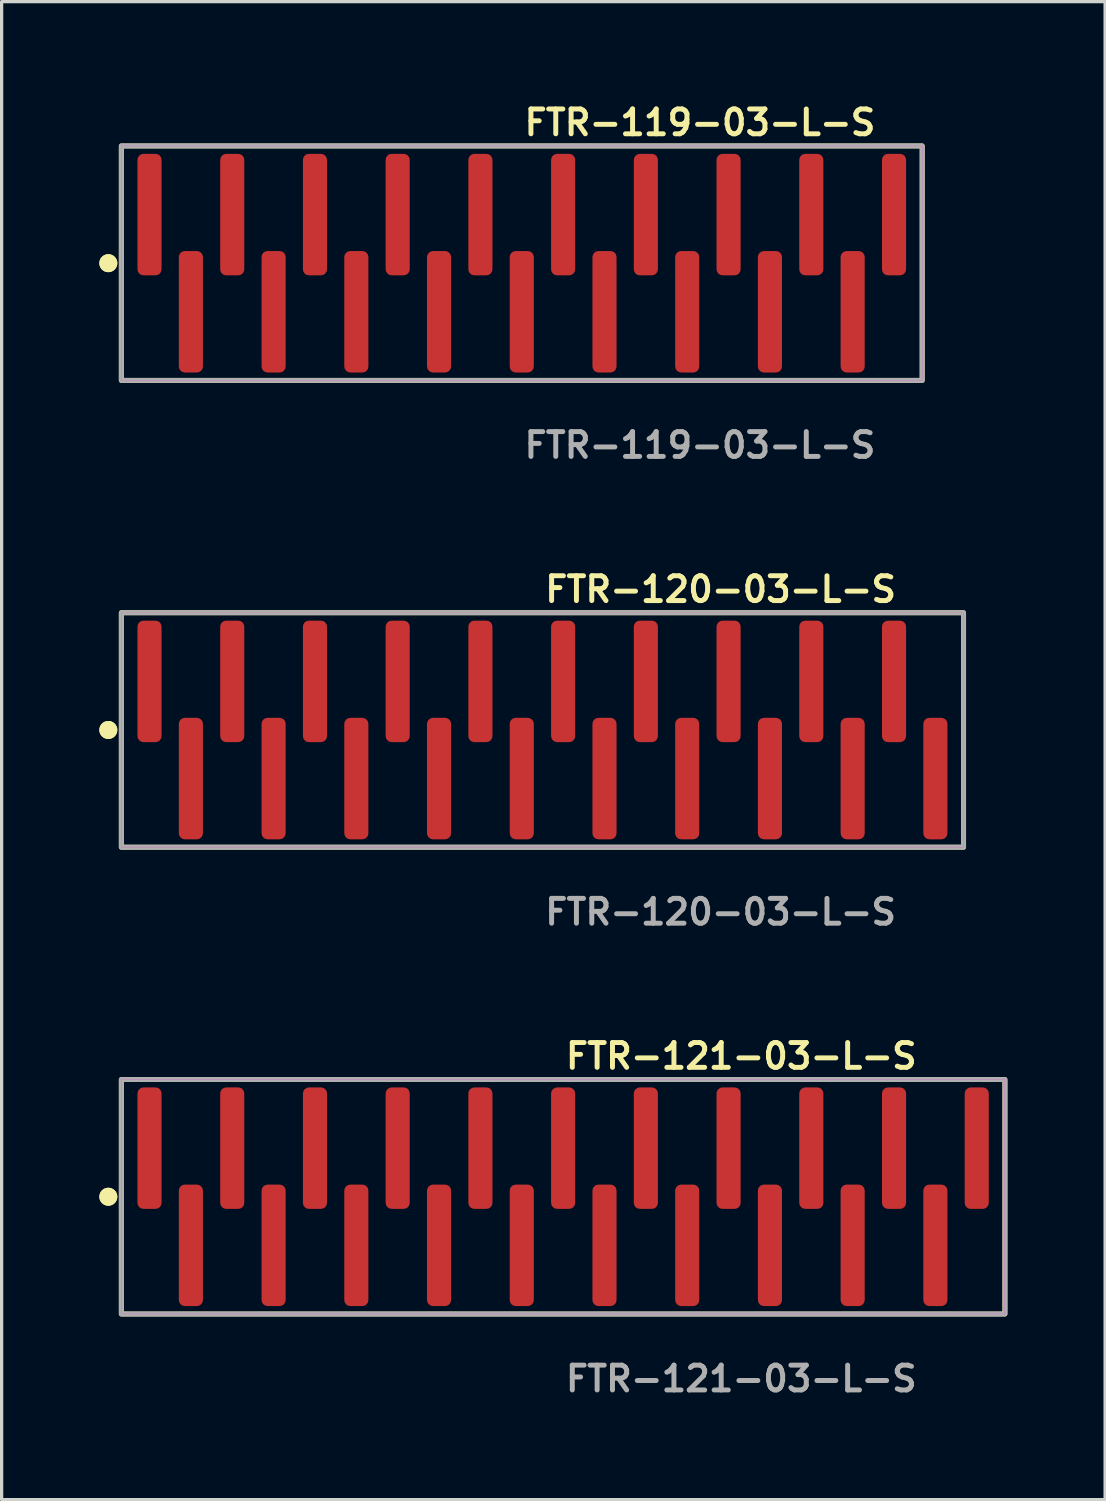
<source format=kicad_pcb>
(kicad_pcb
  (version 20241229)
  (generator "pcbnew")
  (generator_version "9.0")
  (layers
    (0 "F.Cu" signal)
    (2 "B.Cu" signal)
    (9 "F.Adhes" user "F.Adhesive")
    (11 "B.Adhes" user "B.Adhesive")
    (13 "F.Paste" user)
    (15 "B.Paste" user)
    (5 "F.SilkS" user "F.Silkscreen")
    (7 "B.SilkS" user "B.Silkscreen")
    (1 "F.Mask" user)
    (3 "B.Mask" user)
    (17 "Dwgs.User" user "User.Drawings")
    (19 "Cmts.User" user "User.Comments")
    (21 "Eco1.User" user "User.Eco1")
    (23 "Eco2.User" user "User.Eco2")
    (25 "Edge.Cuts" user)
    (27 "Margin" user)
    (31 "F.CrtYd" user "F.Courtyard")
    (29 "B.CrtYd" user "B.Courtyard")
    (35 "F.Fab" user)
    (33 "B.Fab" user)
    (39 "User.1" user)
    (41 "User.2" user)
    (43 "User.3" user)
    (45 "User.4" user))
  (footprint "FTR-121-03-L-S"
    (layer "F.Cu")
    (at 14.241 33.696)
    (property "Reference" "FTR-121-03-L-S" (at 0 -4.318 0) (unlocked yes) (layer "F.SilkS") (effects (font (size 0.762 0.762) (thickness 0.152)) (justify left)))
    (fp_rect (start -13.565 3.6) (end 13.565 -3.6) (stroke (width 0.152) (type solid)) (fill no) (layer "F.SilkS"))
    (fp_circle (center -13.965 0) (end -14.165 0) (stroke (width 0.152) (type solid)) (fill yes) (layer "F.SilkS"))
    (fp_circle (center -13.965 0) (end -14.165 0) (stroke (width 0.152) (type solid)) (fill yes) (layer "F.SilkS"))
    (fp_rect (start -13.565 3.6) (end 13.565 -3.6) (stroke (width 0.006) (type solid)) (fill no) (layer "F.CrtYd"))
    (fp_rect (start -13.565 3.6) (end 13.565 -3.6) (stroke (width 0.152) (type solid)) (fill no) (layer "F.Fab"))
    (fp_text user "${REFERENCE}" (at 0 5.588 0) (unlocked yes) (layer "F.Fab") (effects (font (size 0.762 0.762) (thickness 0.152)) (justify left)))
    (pad "1" smd roundrect (at -12.7 -1.492) (size 0.74 3.73) (layers "F.Cu" "F.Paste") (roundrect_rratio 0.25))
    (pad "2" smd roundrect (at -11.43 1.492) (size 0.74 3.73) (layers "F.Cu" "F.Paste") (roundrect_rratio 0.25))
    (pad "3" smd roundrect (at -10.16 -1.492) (size 0.74 3.73) (layers "F.Cu" "F.Paste") (roundrect_rratio 0.25))
    (pad "4" smd roundrect (at -8.89 1.492) (size 0.74 3.73) (layers "F.Cu" "F.Paste") (roundrect_rratio 0.25))
    (pad "5" smd roundrect (at -7.62 -1.492) (size 0.74 3.73) (layers "F.Cu" "F.Paste") (roundrect_rratio 0.25))
    (pad "6" smd roundrect (at -6.35 1.492) (size 0.74 3.73) (layers "F.Cu" "F.Paste") (roundrect_rratio 0.25))
    (pad "7" smd roundrect (at -5.08 -1.492) (size 0.74 3.73) (layers "F.Cu" "F.Paste") (roundrect_rratio 0.25))
    (pad "8" smd roundrect (at -3.81 1.492) (size 0.74 3.73) (layers "F.Cu" "F.Paste") (roundrect_rratio 0.25))
    (pad "9" smd roundrect (at -2.54 -1.492) (size 0.74 3.73) (layers "F.Cu" "F.Paste") (roundrect_rratio 0.25))
    (pad "10" smd roundrect (at -1.27 1.492) (size 0.74 3.73) (layers "F.Cu" "F.Paste") (roundrect_rratio 0.25))
    (pad "11" smd roundrect (at 0 -1.492) (size 0.74 3.73) (layers "F.Cu" "F.Paste") (roundrect_rratio 0.25))
    (pad "12" smd roundrect (at 1.27 1.492) (size 0.74 3.73) (layers "F.Cu" "F.Paste") (roundrect_rratio 0.25))
    (pad "13" smd roundrect (at 2.54 -1.492) (size 0.74 3.73) (layers "F.Cu" "F.Paste") (roundrect_rratio 0.25))
    (pad "14" smd roundrect (at 3.81 1.492) (size 0.74 3.73) (layers "F.Cu" "F.Paste") (roundrect_rratio 0.25))
    (pad "15" smd roundrect (at 5.08 -1.492) (size 0.74 3.73) (layers "F.Cu" "F.Paste") (roundrect_rratio 0.25))
    (pad "16" smd roundrect (at 6.35 1.492) (size 0.74 3.73) (layers "F.Cu" "F.Paste") (roundrect_rratio 0.25))
    (pad "17" smd roundrect (at 7.62 -1.492) (size 0.74 3.73) (layers "F.Cu" "F.Paste") (roundrect_rratio 0.25))
    (pad "18" smd roundrect (at 8.89 1.492) (size 0.74 3.73) (layers "F.Cu" "F.Paste") (roundrect_rratio 0.25))
    (pad "19" smd roundrect (at 10.16 -1.492) (size 0.74 3.73) (layers "F.Cu" "F.Paste") (roundrect_rratio 0.25))
    (pad "20" smd roundrect (at 11.43 1.492) (size 0.74 3.73) (layers "F.Cu" "F.Paste") (roundrect_rratio 0.25))
    (pad "21" smd roundrect (at 12.7 -1.492) (size 0.74 3.73) (layers "F.Cu" "F.Paste") (roundrect_rratio 0.25)))
  (footprint "FTR-119-03-L-S"
    (layer "F.Cu")
    (at 12.971 5.031)
    (property "Reference" "FTR-119-03-L-S" (at 0 -4.318 0) (unlocked yes) (layer "F.SilkS") (effects (font (size 0.762 0.762) (thickness 0.152)) (justify left)))
    (fp_rect (start -12.295 3.6) (end 12.295 -3.6) (stroke (width 0.152) (type solid)) (fill no) (layer "F.SilkS"))
    (fp_circle (center -12.695 0) (end -12.895 0) (stroke (width 0.152) (type solid)) (fill yes) (layer "F.SilkS"))
    (fp_circle (center -12.695 0) (end -12.895 0) (stroke (width 0.152) (type solid)) (fill yes) (layer "F.SilkS"))
    (fp_rect (start -12.295 3.6) (end 12.295 -3.6) (stroke (width 0.006) (type solid)) (fill no) (layer "F.CrtYd"))
    (fp_rect (start -12.295 3.6) (end 12.295 -3.6) (stroke (width 0.152) (type solid)) (fill no) (layer "F.Fab"))
    (fp_text user "${REFERENCE}" (at 0 5.588 0) (unlocked yes) (layer "F.Fab") (effects (font (size 0.762 0.762) (thickness 0.152)) (justify left)))
    (pad "1" smd roundrect (at -11.43 -1.492) (size 0.74 3.73) (layers "F.Cu" "F.Paste") (roundrect_rratio 0.25))
    (pad "2" smd roundrect (at -10.16 1.492) (size 0.74 3.73) (layers "F.Cu" "F.Paste") (roundrect_rratio 0.25))
    (pad "3" smd roundrect (at -8.89 -1.492) (size 0.74 3.73) (layers "F.Cu" "F.Paste") (roundrect_rratio 0.25))
    (pad "4" smd roundrect (at -7.62 1.492) (size 0.74 3.73) (layers "F.Cu" "F.Paste") (roundrect_rratio 0.25))
    (pad "5" smd roundrect (at -6.35 -1.492) (size 0.74 3.73) (layers "F.Cu" "F.Paste") (roundrect_rratio 0.25))
    (pad "6" smd roundrect (at -5.08 1.492) (size 0.74 3.73) (layers "F.Cu" "F.Paste") (roundrect_rratio 0.25))
    (pad "7" smd roundrect (at -3.81 -1.492) (size 0.74 3.73) (layers "F.Cu" "F.Paste") (roundrect_rratio 0.25))
    (pad "8" smd roundrect (at -2.54 1.492) (size 0.74 3.73) (layers "F.Cu" "F.Paste") (roundrect_rratio 0.25))
    (pad "9" smd roundrect (at -1.27 -1.492) (size 0.74 3.73) (layers "F.Cu" "F.Paste") (roundrect_rratio 0.25))
    (pad "10" smd roundrect (at 0 1.492) (size 0.74 3.73) (layers "F.Cu" "F.Paste") (roundrect_rratio 0.25))
    (pad "11" smd roundrect (at 1.27 -1.492) (size 0.74 3.73) (layers "F.Cu" "F.Paste") (roundrect_rratio 0.25))
    (pad "12" smd roundrect (at 2.54 1.492) (size 0.74 3.73) (layers "F.Cu" "F.Paste") (roundrect_rratio 0.25))
    (pad "13" smd roundrect (at 3.81 -1.492) (size 0.74 3.73) (layers "F.Cu" "F.Paste") (roundrect_rratio 0.25))
    (pad "14" smd roundrect (at 5.08 1.492) (size 0.74 3.73) (layers "F.Cu" "F.Paste") (roundrect_rratio 0.25))
    (pad "15" smd roundrect (at 6.35 -1.492) (size 0.74 3.73) (layers "F.Cu" "F.Paste") (roundrect_rratio 0.25))
    (pad "16" smd roundrect (at 7.62 1.492) (size 0.74 3.73) (layers "F.Cu" "F.Paste") (roundrect_rratio 0.25))
    (pad "17" smd roundrect (at 8.89 -1.492) (size 0.74 3.73) (layers "F.Cu" "F.Paste") (roundrect_rratio 0.25))
    (pad "18" smd roundrect (at 10.16 1.492) (size 0.74 3.73) (layers "F.Cu" "F.Paste") (roundrect_rratio 0.25))
    (pad "19" smd roundrect (at 11.43 -1.492) (size 0.74 3.73) (layers "F.Cu" "F.Paste") (roundrect_rratio 0.25)))
  (footprint "FTR-120-03-L-S"
    (layer "F.Cu")
    (at 13.606 19.364)
    (property "Reference" "FTR-120-03-L-S" (at 0 -4.318 0) (unlocked yes) (layer "F.SilkS") (effects (font (size 0.762 0.762) (thickness 0.152)) (justify left)))
    (fp_rect (start -12.93 3.6) (end 12.93 -3.6) (stroke (width 0.152) (type solid)) (fill no) (layer "F.SilkS"))
    (fp_circle (center -13.33 0) (end -13.53 0) (stroke (width 0.152) (type solid)) (fill yes) (layer "F.SilkS"))
    (fp_circle (center -13.33 0) (end -13.53 0) (stroke (width 0.152) (type solid)) (fill yes) (layer "F.SilkS"))
    (fp_rect (start -12.93 3.6) (end 12.93 -3.6) (stroke (width 0.006) (type solid)) (fill no) (layer "F.CrtYd"))
    (fp_rect (start -12.93 3.6) (end 12.93 -3.6) (stroke (width 0.152) (type solid)) (fill no) (layer "F.Fab"))
    (fp_text user "${REFERENCE}" (at 0 5.588 0) (unlocked yes) (layer "F.Fab") (effects (font (size 0.762 0.762) (thickness 0.152)) (justify left)))
    (pad "1" smd roundrect (at -12.065 -1.492) (size 0.74 3.73) (layers "F.Cu" "F.Paste") (roundrect_rratio 0.25))
    (pad "2" smd roundrect (at -10.795 1.492) (size 0.74 3.73) (layers "F.Cu" "F.Paste") (roundrect_rratio 0.25))
    (pad "3" smd roundrect (at -9.525 -1.492) (size 0.74 3.73) (layers "F.Cu" "F.Paste") (roundrect_rratio 0.25))
    (pad "4" smd roundrect (at -8.255 1.492) (size 0.74 3.73) (layers "F.Cu" "F.Paste") (roundrect_rratio 0.25))
    (pad "5" smd roundrect (at -6.985 -1.492) (size 0.74 3.73) (layers "F.Cu" "F.Paste") (roundrect_rratio 0.25))
    (pad "6" smd roundrect (at -5.715 1.492) (size 0.74 3.73) (layers "F.Cu" "F.Paste") (roundrect_rratio 0.25))
    (pad "7" smd roundrect (at -4.445 -1.492) (size 0.74 3.73) (layers "F.Cu" "F.Paste") (roundrect_rratio 0.25))
    (pad "8" smd roundrect (at -3.175 1.492) (size 0.74 3.73) (layers "F.Cu" "F.Paste") (roundrect_rratio 0.25))
    (pad "9" smd roundrect (at -1.905 -1.492) (size 0.74 3.73) (layers "F.Cu" "F.Paste") (roundrect_rratio 0.25))
    (pad "10" smd roundrect (at -0.635 1.492) (size 0.74 3.73) (layers "F.Cu" "F.Paste") (roundrect_rratio 0.25))
    (pad "11" smd roundrect (at 0.635 -1.492) (size 0.74 3.73) (layers "F.Cu" "F.Paste") (roundrect_rratio 0.25))
    (pad "12" smd roundrect (at 1.905 1.492) (size 0.74 3.73) (layers "F.Cu" "F.Paste") (roundrect_rratio 0.25))
    (pad "13" smd roundrect (at 3.175 -1.492) (size 0.74 3.73) (layers "F.Cu" "F.Paste") (roundrect_rratio 0.25))
    (pad "14" smd roundrect (at 4.445 1.492) (size 0.74 3.73) (layers "F.Cu" "F.Paste") (roundrect_rratio 0.25))
    (pad "15" smd roundrect (at 5.715 -1.492) (size 0.74 3.73) (layers "F.Cu" "F.Paste") (roundrect_rratio 0.25))
    (pad "16" smd roundrect (at 6.985 1.492) (size 0.74 3.73) (layers "F.Cu" "F.Paste") (roundrect_rratio 0.25))
    (pad "17" smd roundrect (at 8.255 -1.492) (size 0.74 3.73) (layers "F.Cu" "F.Paste") (roundrect_rratio 0.25))
    (pad "18" smd roundrect (at 9.525 1.492) (size 0.74 3.73) (layers "F.Cu" "F.Paste") (roundrect_rratio 0.25))
    (pad "19" smd roundrect (at 10.795 -1.492) (size 0.74 3.73) (layers "F.Cu" "F.Paste") (roundrect_rratio 0.25))
    (pad "20" smd roundrect (at 12.065 1.492) (size 0.74 3.73) (layers "F.Cu" "F.Paste") (roundrect_rratio 0.25)))
  (gr_rect
    (start -3 -3)
    (end 30.882 42.997)
    (stroke (width 0.1) (type default))
    (fill no)
    (layer "Edge.Cuts")))
</source>
